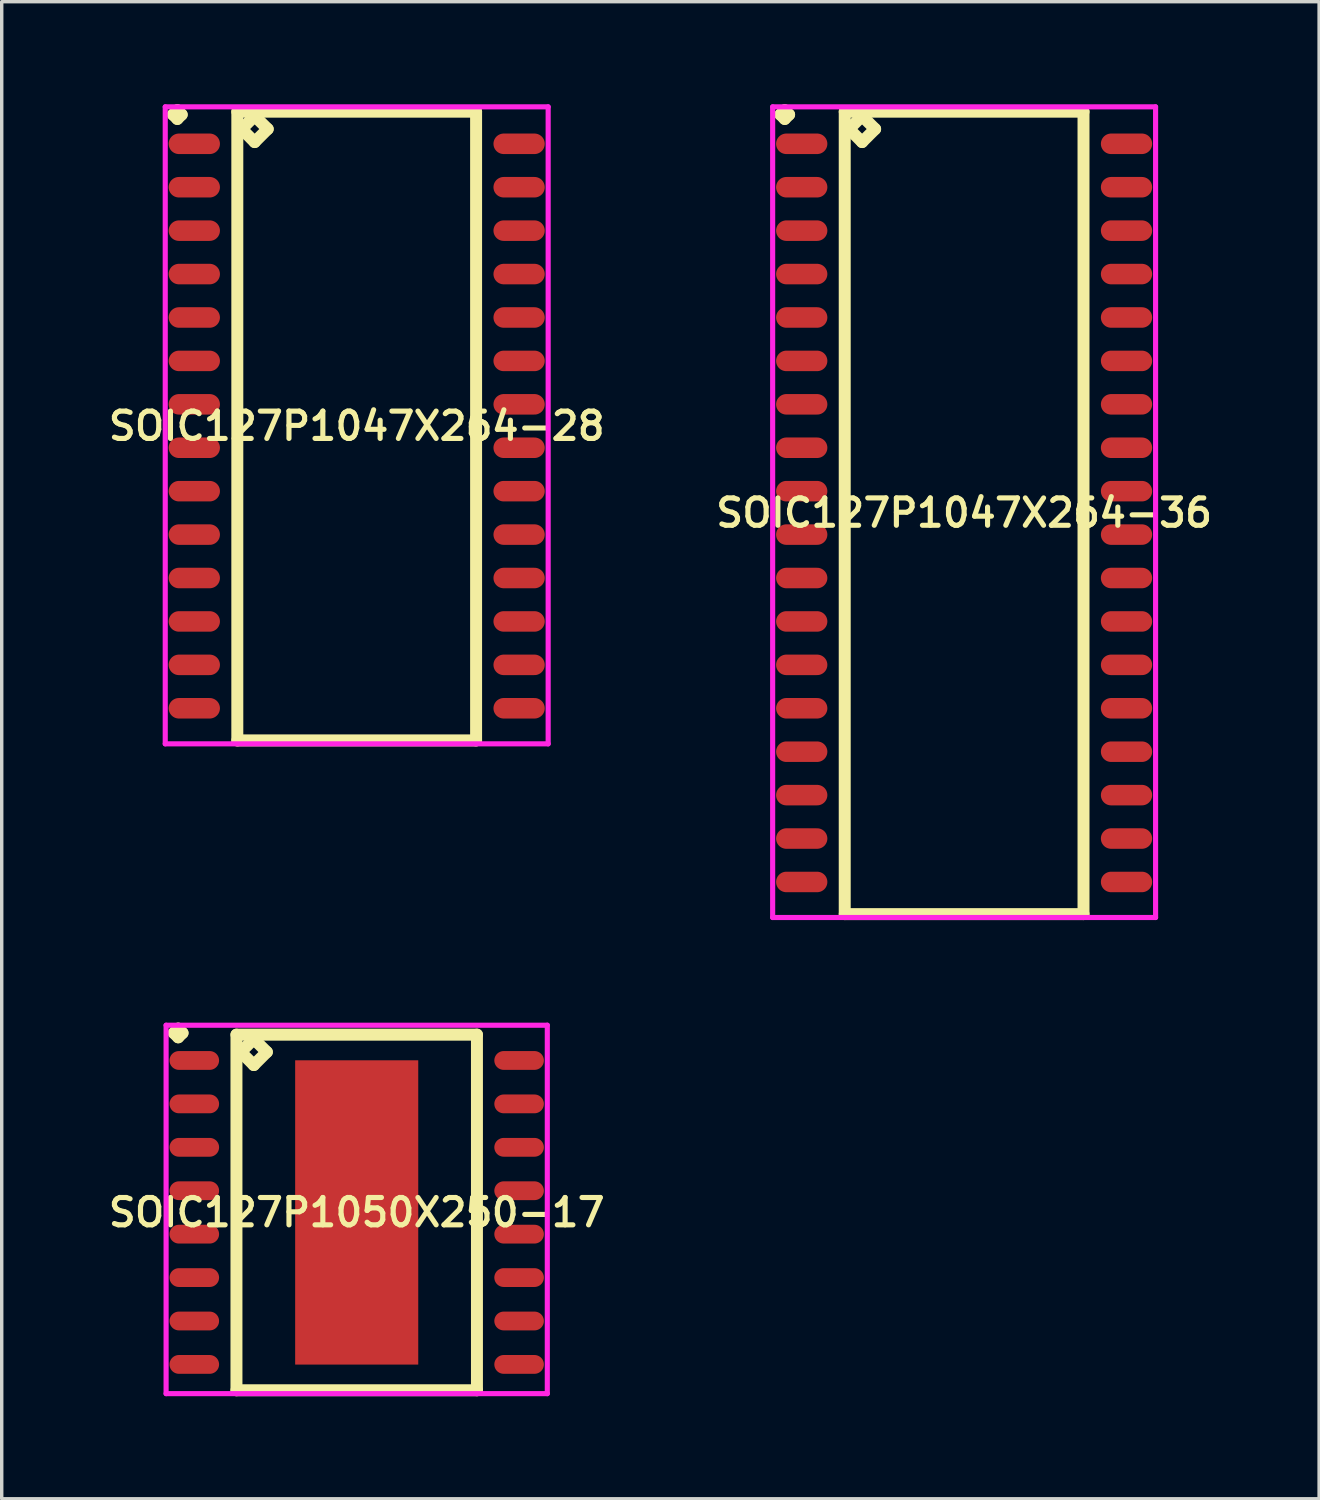
<source format=kicad_pcb>
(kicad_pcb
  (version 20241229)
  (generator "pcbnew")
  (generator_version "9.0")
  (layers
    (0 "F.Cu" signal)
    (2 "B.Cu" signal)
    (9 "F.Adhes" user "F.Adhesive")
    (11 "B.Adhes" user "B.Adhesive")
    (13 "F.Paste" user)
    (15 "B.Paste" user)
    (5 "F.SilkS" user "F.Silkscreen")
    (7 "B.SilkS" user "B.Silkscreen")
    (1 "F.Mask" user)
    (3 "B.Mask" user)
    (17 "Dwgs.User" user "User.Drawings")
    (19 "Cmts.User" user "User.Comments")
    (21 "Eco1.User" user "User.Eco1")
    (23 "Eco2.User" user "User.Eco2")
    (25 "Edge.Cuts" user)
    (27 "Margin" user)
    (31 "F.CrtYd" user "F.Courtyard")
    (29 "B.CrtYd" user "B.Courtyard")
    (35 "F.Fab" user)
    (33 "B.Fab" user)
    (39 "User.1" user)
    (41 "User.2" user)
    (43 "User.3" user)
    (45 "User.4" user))
  (footprint "SOIC127P1047X264-28"
    (layer "F.Cu")
    (at 7.383 9.411)
    (property "Reference" "SOIC127P1047X264-28" (at 0 0 0) (layer "F.SilkS") (effects (font (size 0.8 0.8) (thickness 0.15))))
    (attr smd)
    (fp_line (start -5.373 -9.109) (end -5.246 -9.236) (stroke (width 0.35) (type solid)) (layer "F.SilkS"))
    (fp_line (start -5.246 -9.236) (end -5.119 -9.109) (stroke (width 0.35) (type solid)) (layer "F.SilkS"))
    (fp_line (start -5.246 -8.982) (end -5.373 -9.109) (stroke (width 0.35) (type solid)) (layer "F.SilkS"))
    (fp_line (start -5.119 -9.109) (end -5.246 -8.982) (stroke (width 0.35) (type solid)) (layer "F.SilkS"))
    (fp_line (start -3.492 -9.195) (end -3.492 9.195) (stroke (width 0.35) (type solid)) (layer "F.SilkS"))
    (fp_line (start -3.492 9.195) (end 3.492 9.195) (stroke (width 0.35) (type solid)) (layer "F.SilkS"))
    (fp_line (start -3.365 -8.687) (end -2.984 -9.068) (stroke (width 0.35) (type solid)) (layer "F.SilkS"))
    (fp_line (start -2.984 -9.068) (end -2.603 -8.687) (stroke (width 0.35) (type solid)) (layer "F.SilkS"))
    (fp_line (start -2.984 -8.306) (end -3.365 -8.687) (stroke (width 0.35) (type solid)) (layer "F.SilkS"))
    (fp_line (start -2.603 -8.687) (end -2.984 -8.306) (stroke (width 0.35) (type solid)) (layer "F.SilkS"))
    (fp_line (start 3.492 -9.195) (end -3.492 -9.195) (stroke (width 0.35) (type solid)) (layer "F.SilkS"))
    (fp_line (start 3.492 9.195) (end 3.492 -9.195) (stroke (width 0.35) (type solid)) (layer "F.SilkS"))
    (fp_line (start -5.6 -9.336) (end 5.6 -9.336) (stroke (width 0.15) (type solid)) (layer "F.CrtYd"))
    (fp_line (start -5.6 9.295) (end -5.6 -9.336) (stroke (width 0.15) (type solid)) (layer "F.CrtYd"))
    (fp_line (start 5.6 -9.336) (end 5.6 9.295) (stroke (width 0.15) (type solid)) (layer "F.CrtYd"))
    (fp_line (start 5.6 9.295) (end -5.6 9.295) (stroke (width 0.15) (type solid)) (layer "F.CrtYd"))
    (pad "1" smd oval (at -4.75 -8.255) (size 1.5 0.6) (layers "F.Cu" "F.Mask" "F.Paste"))
    (pad "2" smd oval (at -4.75 -6.985) (size 1.5 0.6) (layers "F.Cu" "F.Mask" "F.Paste"))
    (pad "3" smd oval (at -4.75 -5.715) (size 1.5 0.6) (layers "F.Cu" "F.Mask" "F.Paste"))
    (pad "4" smd oval (at -4.75 -4.445) (size 1.5 0.6) (layers "F.Cu" "F.Mask" "F.Paste"))
    (pad "5" smd oval (at -4.75 -3.175) (size 1.5 0.6) (layers "F.Cu" "F.Mask" "F.Paste"))
    (pad "6" smd oval (at -4.75 -1.905) (size 1.5 0.6) (layers "F.Cu" "F.Mask" "F.Paste"))
    (pad "7" smd oval (at -4.75 -0.635) (size 1.5 0.6) (layers "F.Cu" "F.Mask" "F.Paste"))
    (pad "8" smd oval (at -4.75 0.635) (size 1.5 0.6) (layers "F.Cu" "F.Mask" "F.Paste"))
    (pad "9" smd oval (at -4.75 1.905) (size 1.5 0.6) (layers "F.Cu" "F.Mask" "F.Paste"))
    (pad "10" smd oval (at -4.75 3.175) (size 1.5 0.6) (layers "F.Cu" "F.Mask" "F.Paste"))
    (pad "11" smd oval (at -4.75 4.445) (size 1.5 0.6) (layers "F.Cu" "F.Mask" "F.Paste"))
    (pad "12" smd oval (at -4.75 5.715) (size 1.5 0.6) (layers "F.Cu" "F.Mask" "F.Paste"))
    (pad "13" smd oval (at -4.75 6.985) (size 1.5 0.6) (layers "F.Cu" "F.Mask" "F.Paste"))
    (pad "14" smd oval (at -4.75 8.255) (size 1.5 0.6) (layers "F.Cu" "F.Mask" "F.Paste"))
    (pad "15" smd oval (at 4.75 8.255) (size 1.5 0.6) (layers "F.Cu" "F.Mask" "F.Paste"))
    (pad "16" smd oval (at 4.75 6.985) (size 1.5 0.6) (layers "F.Cu" "F.Mask" "F.Paste"))
    (pad "17" smd oval (at 4.75 5.715) (size 1.5 0.6) (layers "F.Cu" "F.Mask" "F.Paste"))
    (pad "18" smd oval (at 4.75 4.445) (size 1.5 0.6) (layers "F.Cu" "F.Mask" "F.Paste"))
    (pad "19" smd oval (at 4.75 3.175) (size 1.5 0.6) (layers "F.Cu" "F.Mask" "F.Paste"))
    (pad "20" smd oval (at 4.75 1.905) (size 1.5 0.6) (layers "F.Cu" "F.Mask" "F.Paste"))
    (pad "21" smd oval (at 4.75 0.635) (size 1.5 0.6) (layers "F.Cu" "F.Mask" "F.Paste"))
    (pad "22" smd oval (at 4.75 -0.635) (size 1.5 0.6) (layers "F.Cu" "F.Mask" "F.Paste"))
    (pad "23" smd oval (at 4.75 -1.905) (size 1.5 0.6) (layers "F.Cu" "F.Mask" "F.Paste"))
    (pad "24" smd oval (at 4.75 -3.175) (size 1.5 0.6) (layers "F.Cu" "F.Mask" "F.Paste"))
    (pad "25" smd oval (at 4.75 -4.445) (size 1.5 0.6) (layers "F.Cu" "F.Mask" "F.Paste"))
    (pad "26" smd oval (at 4.75 -5.715) (size 1.5 0.6) (layers "F.Cu" "F.Mask" "F.Paste"))
    (pad "27" smd oval (at 4.75 -6.985) (size 1.5 0.6) (layers "F.Cu" "F.Mask" "F.Paste"))
    (pad "28" smd oval (at 4.75 -8.255) (size 1.5 0.6) (layers "F.Cu" "F.Mask" "F.Paste")))
  (footprint "SOIC127P1050X250-17"
    (layer "F.Cu")
    (at 7.383 32.412)
    (property "Reference" "SOIC127P1050X250-17" (at 0 0 0) (layer "F.SilkS") (effects (font (size 0.8 0.8) (thickness 0.15))))
    (attr smd)
    (fp_line (start -5.348 -5.249) (end -5.221 -5.376) (stroke (width 0.35) (type solid)) (layer "F.SilkS"))
    (fp_line (start -5.221 -5.376) (end -5.094 -5.249) (stroke (width 0.35) (type solid)) (layer "F.SilkS"))
    (fp_line (start -5.221 -5.122) (end -5.348 -5.249) (stroke (width 0.35) (type solid)) (layer "F.SilkS"))
    (fp_line (start -5.094 -5.249) (end -5.221 -5.122) (stroke (width 0.35) (type solid)) (layer "F.SilkS"))
    (fp_line (start -3.517 -5.2) (end -3.517 5.2) (stroke (width 0.35) (type solid)) (layer "F.SilkS"))
    (fp_line (start -3.517 5.2) (end 3.517 5.2) (stroke (width 0.35) (type solid)) (layer "F.SilkS"))
    (fp_line (start -3.39 -4.692) (end -3.009 -5.073) (stroke (width 0.35) (type solid)) (layer "F.SilkS"))
    (fp_line (start -3.009 -5.073) (end -2.628 -4.692) (stroke (width 0.35) (type solid)) (layer "F.SilkS"))
    (fp_line (start -3.009 -4.311) (end -3.39 -4.692) (stroke (width 0.35) (type solid)) (layer "F.SilkS"))
    (fp_line (start -2.628 -4.692) (end -3.009 -4.311) (stroke (width 0.35) (type solid)) (layer "F.SilkS"))
    (fp_line (start 3.517 -5.2) (end -3.517 -5.2) (stroke (width 0.35) (type solid)) (layer "F.SilkS"))
    (fp_line (start 3.517 5.2) (end 3.517 -5.2) (stroke (width 0.35) (type solid)) (layer "F.SilkS"))
    (fp_line (start -5.575 -5.476) (end 5.575 -5.476) (stroke (width 0.15) (type solid)) (layer "F.CrtYd"))
    (fp_line (start -5.575 5.3) (end -5.575 -5.476) (stroke (width 0.15) (type solid)) (layer "F.CrtYd"))
    (fp_line (start 5.575 -5.476) (end 5.575 5.3) (stroke (width 0.15) (type solid)) (layer "F.CrtYd"))
    (fp_line (start 5.575 5.3) (end -5.575 5.3) (stroke (width 0.15) (type solid)) (layer "F.CrtYd"))
    (pad "1" smd oval (at -4.75 -4.445) (size 1.45 0.55) (layers "F.Cu" "F.Mask" "F.Paste"))
    (pad "2" smd oval (at -4.75 -3.175) (size 1.45 0.55) (layers "F.Cu" "F.Mask" "F.Paste"))
    (pad "3" smd oval (at -4.75 -1.905) (size 1.45 0.55) (layers "F.Cu" "F.Mask" "F.Paste"))
    (pad "4" smd oval (at -4.75 -0.635) (size 1.45 0.55) (layers "F.Cu" "F.Mask" "F.Paste"))
    (pad "5" smd oval (at -4.75 0.635) (size 1.45 0.55) (layers "F.Cu" "F.Mask" "F.Paste"))
    (pad "6" smd oval (at -4.75 1.905) (size 1.45 0.55) (layers "F.Cu" "F.Mask" "F.Paste"))
    (pad "7" smd oval (at -4.75 3.175) (size 1.45 0.55) (layers "F.Cu" "F.Mask" "F.Paste"))
    (pad "8" smd oval (at -4.75 4.445) (size 1.45 0.55) (layers "F.Cu" "F.Mask" "F.Paste"))
    (pad "9" smd oval (at 4.75 4.445) (size 1.45 0.55) (layers "F.Cu" "F.Mask" "F.Paste"))
    (pad "10" smd oval (at 4.75 3.175) (size 1.45 0.55) (layers "F.Cu" "F.Mask" "F.Paste"))
    (pad "11" smd oval (at 4.75 1.905) (size 1.45 0.55) (layers "F.Cu" "F.Mask" "F.Paste"))
    (pad "12" smd oval (at 4.75 0.635) (size 1.45 0.55) (layers "F.Cu" "F.Mask" "F.Paste"))
    (pad "13" smd oval (at 4.75 -0.635) (size 1.45 0.55) (layers "F.Cu" "F.Mask" "F.Paste"))
    (pad "14" smd oval (at 4.75 -1.905) (size 1.45 0.55) (layers "F.Cu" "F.Mask" "F.Paste"))
    (pad "15" smd oval (at 4.75 -3.175) (size 1.45 0.55) (layers "F.Cu" "F.Mask" "F.Paste"))
    (pad "16" smd oval (at 4.75 -4.445) (size 1.45 0.55) (layers "F.Cu" "F.Mask" "F.Paste"))
    (pad "17" smd rect (at 0 0) (size 3.6 8.9) (layers "F.Cu" "F.Mask" "F.Paste")))
  (footprint "SOIC127P1047X264-36"
    (layer "F.Cu")
    (at 25.149 11.951)
    (property "Reference" "SOIC127P1047X264-36" (at 0 0 0) (layer "F.SilkS") (effects (font (size 0.8 0.8) (thickness 0.15))))
    (attr smd)
    (fp_line (start -5.373 -11.649) (end -5.246 -11.776) (stroke (width 0.35) (type solid)) (layer "F.SilkS"))
    (fp_line (start -5.246 -11.776) (end -5.119 -11.649) (stroke (width 0.35) (type solid)) (layer "F.SilkS"))
    (fp_line (start -5.246 -11.522) (end -5.373 -11.649) (stroke (width 0.35) (type solid)) (layer "F.SilkS"))
    (fp_line (start -5.119 -11.649) (end -5.246 -11.522) (stroke (width 0.35) (type solid)) (layer "F.SilkS"))
    (fp_line (start -3.492 -11.735) (end -3.492 11.735) (stroke (width 0.35) (type solid)) (layer "F.SilkS"))
    (fp_line (start -3.492 11.735) (end 3.492 11.735) (stroke (width 0.35) (type solid)) (layer "F.SilkS"))
    (fp_line (start -3.365 -11.227) (end -2.984 -11.608) (stroke (width 0.35) (type solid)) (layer "F.SilkS"))
    (fp_line (start -2.984 -11.608) (end -2.603 -11.227) (stroke (width 0.35) (type solid)) (layer "F.SilkS"))
    (fp_line (start -2.984 -10.846) (end -3.365 -11.227) (stroke (width 0.35) (type solid)) (layer "F.SilkS"))
    (fp_line (start -2.603 -11.227) (end -2.984 -10.846) (stroke (width 0.35) (type solid)) (layer "F.SilkS"))
    (fp_line (start 3.492 -11.735) (end -3.492 -11.735) (stroke (width 0.35) (type solid)) (layer "F.SilkS"))
    (fp_line (start 3.492 11.735) (end 3.492 -11.735) (stroke (width 0.35) (type solid)) (layer "F.SilkS"))
    (fp_line (start -5.6 -11.876) (end 5.6 -11.876) (stroke (width 0.15) (type solid)) (layer "F.CrtYd"))
    (fp_line (start -5.6 11.835) (end -5.6 -11.876) (stroke (width 0.15) (type solid)) (layer "F.CrtYd"))
    (fp_line (start 5.6 -11.876) (end 5.6 11.835) (stroke (width 0.15) (type solid)) (layer "F.CrtYd"))
    (fp_line (start 5.6 11.835) (end -5.6 11.835) (stroke (width 0.15) (type solid)) (layer "F.CrtYd"))
    (pad "1" smd oval (at -4.75 -10.795) (size 1.5 0.6) (layers "F.Cu" "F.Mask" "F.Paste"))
    (pad "2" smd oval (at -4.75 -9.525) (size 1.5 0.6) (layers "F.Cu" "F.Mask" "F.Paste"))
    (pad "3" smd oval (at -4.75 -8.255) (size 1.5 0.6) (layers "F.Cu" "F.Mask" "F.Paste"))
    (pad "4" smd oval (at -4.75 -6.985) (size 1.5 0.6) (layers "F.Cu" "F.Mask" "F.Paste"))
    (pad "5" smd oval (at -4.75 -5.715) (size 1.5 0.6) (layers "F.Cu" "F.Mask" "F.Paste"))
    (pad "6" smd oval (at -4.75 -4.445) (size 1.5 0.6) (layers "F.Cu" "F.Mask" "F.Paste"))
    (pad "7" smd oval (at -4.75 -3.175) (size 1.5 0.6) (layers "F.Cu" "F.Mask" "F.Paste"))
    (pad "8" smd oval (at -4.75 -1.905) (size 1.5 0.6) (layers "F.Cu" "F.Mask" "F.Paste"))
    (pad "9" smd oval (at -4.75 -0.635) (size 1.5 0.6) (layers "F.Cu" "F.Mask" "F.Paste"))
    (pad "10" smd oval (at -4.75 0.635) (size 1.5 0.6) (layers "F.Cu" "F.Mask" "F.Paste"))
    (pad "11" smd oval (at -4.75 1.905) (size 1.5 0.6) (layers "F.Cu" "F.Mask" "F.Paste"))
    (pad "12" smd oval (at -4.75 3.175) (size 1.5 0.6) (layers "F.Cu" "F.Mask" "F.Paste"))
    (pad "13" smd oval (at -4.75 4.445) (size 1.5 0.6) (layers "F.Cu" "F.Mask" "F.Paste"))
    (pad "14" smd oval (at -4.75 5.715) (size 1.5 0.6) (layers "F.Cu" "F.Mask" "F.Paste"))
    (pad "15" smd oval (at -4.75 6.985) (size 1.5 0.6) (layers "F.Cu" "F.Mask" "F.Paste"))
    (pad "16" smd oval (at -4.75 8.255) (size 1.5 0.6) (layers "F.Cu" "F.Mask" "F.Paste"))
    (pad "17" smd oval (at -4.75 9.525) (size 1.5 0.6) (layers "F.Cu" "F.Mask" "F.Paste"))
    (pad "18" smd oval (at -4.75 10.795) (size 1.5 0.6) (layers "F.Cu" "F.Mask" "F.Paste"))
    (pad "19" smd oval (at 4.75 10.795) (size 1.5 0.6) (layers "F.Cu" "F.Mask" "F.Paste"))
    (pad "20" smd oval (at 4.75 9.525) (size 1.5 0.6) (layers "F.Cu" "F.Mask" "F.Paste"))
    (pad "21" smd oval (at 4.75 8.255) (size 1.5 0.6) (layers "F.Cu" "F.Mask" "F.Paste"))
    (pad "22" smd oval (at 4.75 6.985) (size 1.5 0.6) (layers "F.Cu" "F.Mask" "F.Paste"))
    (pad "23" smd oval (at 4.75 5.715) (size 1.5 0.6) (layers "F.Cu" "F.Mask" "F.Paste"))
    (pad "24" smd oval (at 4.75 4.445) (size 1.5 0.6) (layers "F.Cu" "F.Mask" "F.Paste"))
    (pad "25" smd oval (at 4.75 3.175) (size 1.5 0.6) (layers "F.Cu" "F.Mask" "F.Paste"))
    (pad "26" smd oval (at 4.75 1.905) (size 1.5 0.6) (layers "F.Cu" "F.Mask" "F.Paste"))
    (pad "27" smd oval (at 4.75 0.635) (size 1.5 0.6) (layers "F.Cu" "F.Mask" "F.Paste"))
    (pad "28" smd oval (at 4.75 -0.635) (size 1.5 0.6) (layers "F.Cu" "F.Mask" "F.Paste"))
    (pad "29" smd oval (at 4.75 -1.905) (size 1.5 0.6) (layers "F.Cu" "F.Mask" "F.Paste"))
    (pad "30" smd oval (at 4.75 -3.175) (size 1.5 0.6) (layers "F.Cu" "F.Mask" "F.Paste"))
    (pad "31" smd oval (at 4.75 -4.445) (size 1.5 0.6) (layers "F.Cu" "F.Mask" "F.Paste"))
    (pad "32" smd oval (at 4.75 -5.715) (size 1.5 0.6) (layers "F.Cu" "F.Mask" "F.Paste"))
    (pad "33" smd oval (at 4.75 -6.985) (size 1.5 0.6) (layers "F.Cu" "F.Mask" "F.Paste"))
    (pad "34" smd oval (at 4.75 -8.255) (size 1.5 0.6) (layers "F.Cu" "F.Mask" "F.Paste"))
    (pad "35" smd oval (at 4.75 -9.525) (size 1.5 0.6) (layers "F.Cu" "F.Mask" "F.Paste"))
    (pad "36" smd oval (at 4.75 -10.795) (size 1.5 0.6) (layers "F.Cu" "F.Mask" "F.Paste")))
  (gr_rect
    (start -3 -3)
    (end 35.532 40.787)
    (stroke (width 0.1) (type default))
    (fill no)
    (layer "Edge.Cuts")))
</source>
